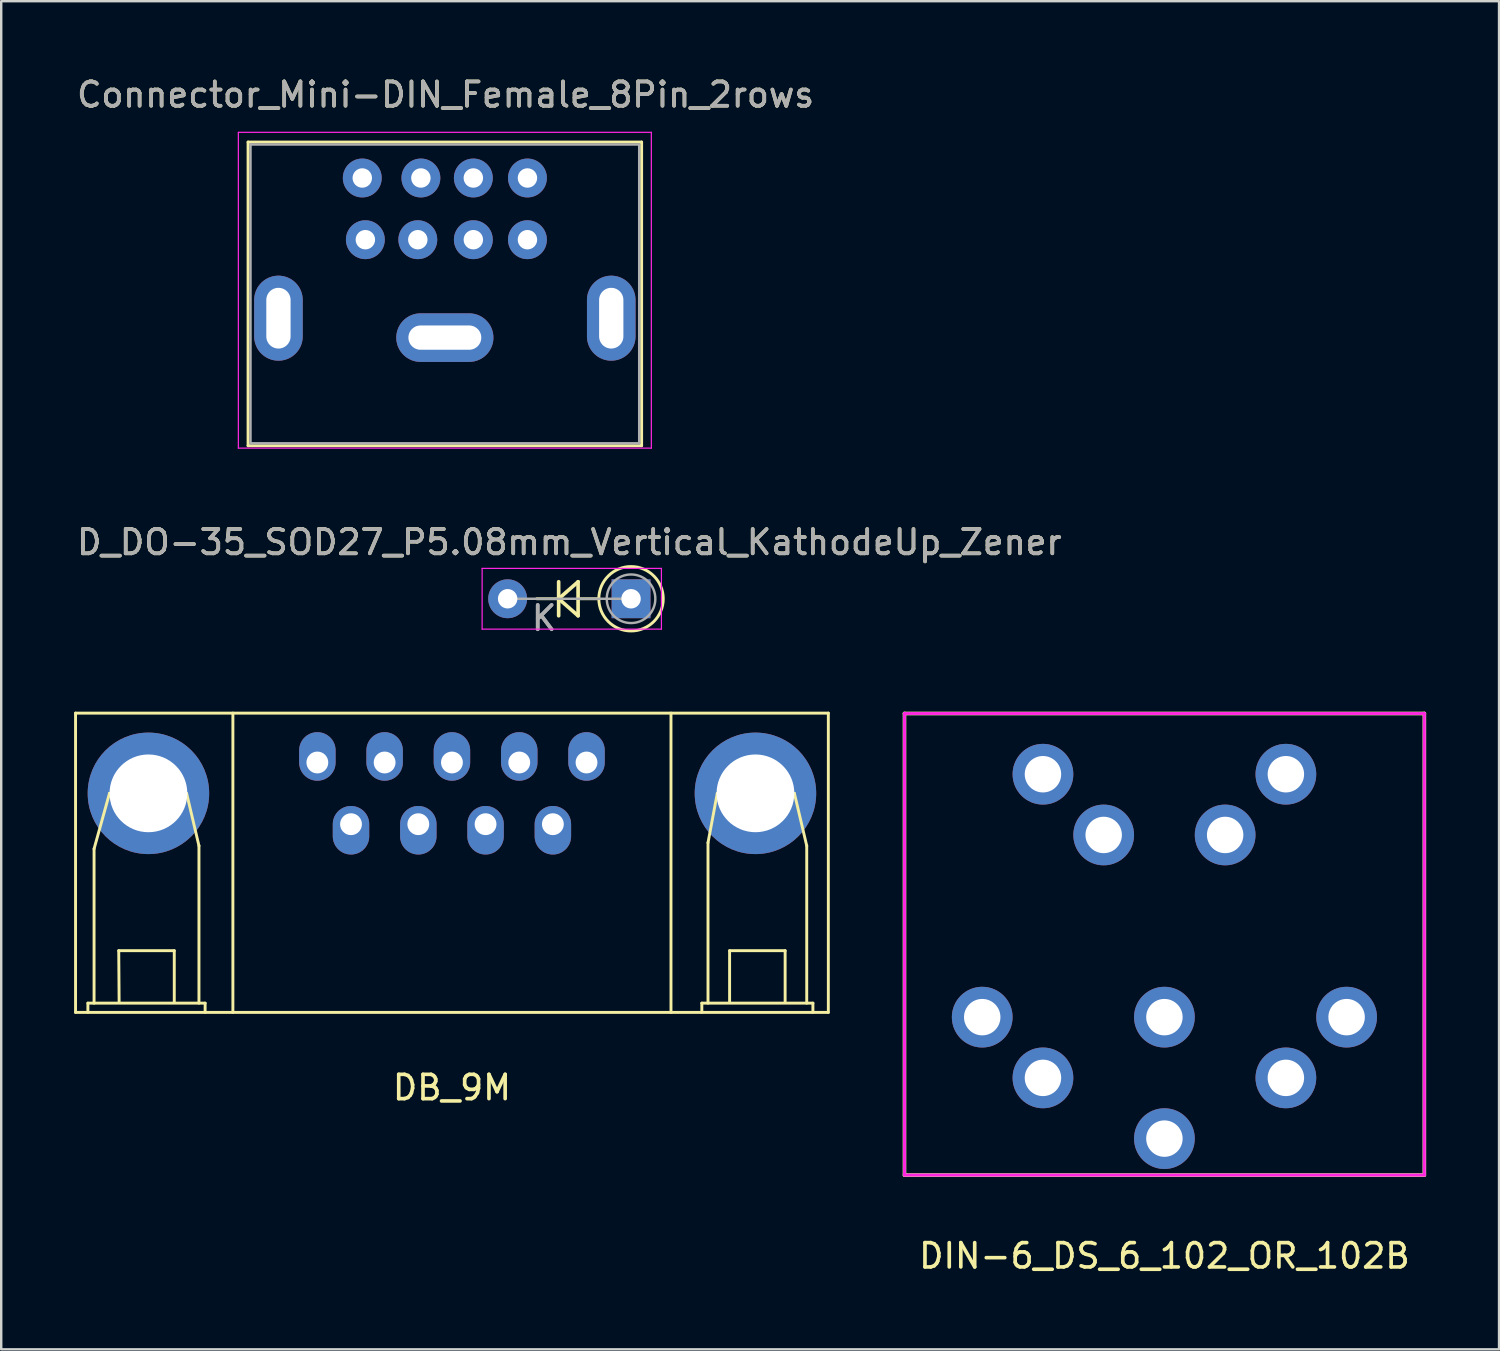
<source format=kicad_pcb>
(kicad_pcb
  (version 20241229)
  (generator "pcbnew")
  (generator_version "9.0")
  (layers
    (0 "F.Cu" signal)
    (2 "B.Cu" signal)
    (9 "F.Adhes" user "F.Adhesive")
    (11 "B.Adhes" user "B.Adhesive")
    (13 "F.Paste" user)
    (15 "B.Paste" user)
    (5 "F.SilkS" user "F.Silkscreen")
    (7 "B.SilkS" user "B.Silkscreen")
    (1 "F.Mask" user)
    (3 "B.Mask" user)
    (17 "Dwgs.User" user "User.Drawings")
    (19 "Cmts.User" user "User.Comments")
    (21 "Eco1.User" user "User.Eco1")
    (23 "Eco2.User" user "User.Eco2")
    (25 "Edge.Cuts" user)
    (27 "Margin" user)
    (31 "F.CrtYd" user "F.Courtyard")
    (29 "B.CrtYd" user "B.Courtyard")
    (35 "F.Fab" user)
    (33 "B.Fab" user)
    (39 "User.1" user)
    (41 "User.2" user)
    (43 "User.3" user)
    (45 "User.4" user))
  (footprint "D_DO-35_SOD27_P5.08mm_Vertical_KathodeUp_Zener"
    (layer "F.Cu")
    (at 17.847 21.598)
    (property "Reference" "D_DO-35_SOD27_P5.08mm_Vertical_KathodeUp_Zener" (at 2.54 -2.326 0) (layer "F.SilkS") (effects (font (size 1 1) (thickness 0.15))))
    (attr through_hole)
    (fp_line (start 2.054 0) (end 1.2 0) (stroke (width 0.12) (type solid)) (layer "F.SilkS"))
    (fp_line (start 2.1 -0.7) (end 2.1 0.7) (stroke (width 0.15) (type solid)) (layer "F.SilkS"))
    (fp_line (start 2.1 0) (end 2.9 -0.7) (stroke (width 0.15) (type solid)) (layer "F.SilkS"))
    (fp_line (start 2.9 -0.7) (end 2.9 0.7) (stroke (width 0.15) (type solid)) (layer "F.SilkS"))
    (fp_line (start 2.9 0.7) (end 2.1 0) (stroke (width 0.15) (type solid)) (layer "F.SilkS"))
    (fp_line (start 3.754 0) (end 2.9 0) (stroke (width 0.12) (type solid)) (layer "F.SilkS"))
    (fp_circle (center 5.08 0) (end 6.406 0) (stroke (width 0.12) (type solid)) (fill no) (layer "F.SilkS"))
    (fp_line (start -1.05 -1.25) (end -1.05 1.25) (stroke (width 0.05) (type solid)) (layer "F.CrtYd"))
    (fp_line (start -1.05 1.25) (end 6.33 1.25) (stroke (width 0.05) (type solid)) (layer "F.CrtYd"))
    (fp_line (start 6.33 -1.25) (end -1.05 -1.25) (stroke (width 0.05) (type solid)) (layer "F.CrtYd"))
    (fp_line (start 6.33 1.25) (end 6.33 -1.25) (stroke (width 0.05) (type solid)) (layer "F.CrtYd"))
    (fp_line (start 0 0) (end 5.08 0) (stroke (width 0.1) (type solid)) (layer "F.Fab"))
    (fp_circle (center 5.08 0) (end 6.08 0) (stroke (width 0.1) (type solid)) (fill no) (layer "F.Fab"))
    (fp_text user "${REFERENCE}" (at 2.54 -2.326 0) (layer "F.Fab") (effects (font (size 1 1) (thickness 0.15))))
    (fp_text user "K" (at 1.5 0.8 0) (layer "F.Fab") (effects (font (size 1 1) (thickness 0.15))))
    (fp_text user "K" (at 1.5 0.8 0) (layer "F.Fab") (effects (font (size 1 1) (thickness 0.15))))
    (pad "1" thru_hole rect (at 5.08 0) (size 1.6 1.6) (drill 0.8) (layers "*.Cu" "*.Mask"))
    (pad "2" thru_hole circle (at 0 0) (size 1.6 1.6) (drill 0.8) (layers "*.Cu" "*.Mask")))
  (footprint "DB_9M"
    (layer "F.Cu")
    (at 15.554 36.72)
    (property "Reference" "DB_9M" (at 0 5 0) (layer "F.SilkS") (effects (font (size 1 1) (thickness 0.15))))
    (attr through_hole)
    (fp_line (start -15.494 -10.414) (end -15.494 1.905) (stroke (width 0.12) (type solid)) (layer "F.SilkS"))
    (fp_line (start -15.494 1.905) (end 15.494 1.905) (stroke (width 0.12) (type solid)) (layer "F.SilkS"))
    (fp_line (start -14.986 1.524) (end -14.986 1.9) (stroke (width 0.12) (type solid)) (layer "F.SilkS"))
    (fp_line (start -14.986 1.524) (end -10.16 1.524) (stroke (width 0.12) (type solid)) (layer "F.SilkS"))
    (fp_line (start -14.732 -4.826) (end -14.097 -7.112) (stroke (width 0.12) (type solid)) (layer "F.SilkS"))
    (fp_line (start -14.732 1.524) (end -14.732 -4.826) (stroke (width 0.12) (type solid)) (layer "F.SilkS"))
    (fp_line (start -14.097 -7.112) (end -10.922 -7.112) (stroke (width 0.12) (type solid)) (layer "F.SilkS"))
    (fp_line (start -13.716 -0.635) (end -11.43 -0.635) (stroke (width 0.12) (type solid)) (layer "F.SilkS"))
    (fp_line (start -13.7 1.5) (end -13.716 -0.635) (stroke (width 0.12) (type solid)) (layer "F.SilkS"))
    (fp_line (start -11.43 -0.635) (end -11.43 1.5) (stroke (width 0.12) (type solid)) (layer "F.SilkS"))
    (fp_line (start -10.922 -7.112) (end -10.414 -4.953) (stroke (width 0.12) (type solid)) (layer "F.SilkS"))
    (fp_line (start -10.414 -4.953) (end -10.414 1.524) (stroke (width 0.12) (type solid)) (layer "F.SilkS"))
    (fp_line (start -10.16 1.9) (end -10.16 1.524) (stroke (width 0.12) (type solid)) (layer "F.SilkS"))
    (fp_line (start -9.017 1.905) (end -9.017 -10.414) (stroke (width 0.12) (type solid)) (layer "F.SilkS"))
    (fp_line (start 9.017 1.905) (end 9.017 -10.414) (stroke (width 0.12) (type solid)) (layer "F.SilkS"))
    (fp_line (start 10.287 1.524) (end 10.287 1.9) (stroke (width 0.12) (type solid)) (layer "F.SilkS"))
    (fp_line (start 10.541 -5.08) (end 10.922 -7.112) (stroke (width 0.12) (type solid)) (layer "F.SilkS"))
    (fp_line (start 10.541 1.524) (end 10.541 -5.08) (stroke (width 0.12) (type solid)) (layer "F.SilkS"))
    (fp_line (start 10.922 -7.112) (end 14.097 -7.112) (stroke (width 0.12) (type solid)) (layer "F.SilkS"))
    (fp_line (start 11.43 -0.635) (end 13.716 -0.635) (stroke (width 0.12) (type solid)) (layer "F.SilkS"))
    (fp_line (start 11.43 1.5) (end 11.43 -0.635) (stroke (width 0.12) (type solid)) (layer "F.SilkS"))
    (fp_line (start 13.716 -0.635) (end 13.716 1.5) (stroke (width 0.12) (type solid)) (layer "F.SilkS"))
    (fp_line (start 14.097 -7.112) (end 14.605 -4.953) (stroke (width 0.12) (type solid)) (layer "F.SilkS"))
    (fp_line (start 14.605 -4.953) (end 14.605 1.524) (stroke (width 0.12) (type solid)) (layer "F.SilkS"))
    (fp_line (start 14.859 1.524) (end 10.287 1.524) (stroke (width 0.12) (type solid)) (layer "F.SilkS"))
    (fp_line (start 14.859 1.9) (end 14.859 1.524) (stroke (width 0.12) (type solid)) (layer "F.SilkS"))
    (fp_line (start 15.494 -10.414) (end -15.494 -10.414) (stroke (width 0.12) (type solid)) (layer "F.SilkS"))
    (fp_line (start 15.494 1.905) (end 15.494 -10.414) (stroke (width 0.12) (type solid)) (layer "F.SilkS"))
    (pad "0" thru_hole circle (at -12.494 -7.112) (size 5.001 5.001) (drill 3.2) (layers "*.Cu" "*.Mask"))
    (pad "0" thru_hole circle (at 12.494 -7.112) (size 5.001 5.001) (drill 3.2) (layers "*.Cu" "*.Mask"))
    (pad "1" thru_hole oval (at -5.54 -8.382) (size 1.501 1.999) (drill 0.899 (offset 0 -0.249)) (layers "*.Cu" "*.Mask"))
    (pad "2" thru_hole oval (at -2.771 -8.382) (size 1.501 1.999) (drill 0.899 (offset 0 -0.249)) (layers "*.Cu" "*.Mask"))
    (pad "3" thru_hole oval (at 0 -8.382) (size 1.501 1.999) (drill 0.899 (offset 0 -0.249)) (layers "*.Cu" "*.Mask"))
    (pad "4" thru_hole oval (at 2.771 -8.382) (size 1.501 1.999) (drill 0.899 (offset 0 -0.249)) (layers "*.Cu" "*.Mask"))
    (pad "5" thru_hole oval (at 5.54 -8.382) (size 1.501 1.999) (drill 0.899 (offset 0 -0.249)) (layers "*.Cu" "*.Mask"))
    (pad "6" thru_hole oval (at -4.155 -5.842) (size 1.501 1.999) (drill 0.899 (offset 0 0.249)) (layers "*.Cu" "*.Mask"))
    (pad "7" thru_hole oval (at -1.384 -5.842) (size 1.501 1.999) (drill 0.899 (offset 0 0.249)) (layers "*.Cu" "*.Mask"))
    (pad "8" thru_hole oval (at 1.384 -5.842) (size 1.501 1.999) (drill 0.899 (offset 0 0.249)) (layers "*.Cu" "*.Mask"))
    (pad "9" thru_hole oval (at 4.155 -5.842) (size 1.501 1.999) (drill 0.899 (offset 0 0.249)) (layers "*.Cu" "*.Mask")))
  (footprint "DIN-6_DS_6_102_OR_102B"
    (layer "F.Cu")
    (at 44.883 35.821)
    (property "Reference" "DIN-6_DS_6_102_OR_102B" (at 0 12.827 0) (layer "F.SilkS") (effects (font (size 1 1) (thickness 0.15))))
    (attr through_hole)
    (fp_line (start -10.7 -9.5) (end 10.7 -9.5) (stroke (width 0.15) (type solid)) (layer "F.SilkS"))
    (fp_line (start -10.7 9.5) (end -10.7 -9.5) (stroke (width 0.15) (type solid)) (layer "F.SilkS"))
    (fp_line (start 10.7 -9.5) (end 10.7 9.5) (stroke (width 0.15) (type solid)) (layer "F.SilkS"))
    (fp_line (start 10.7 9.5) (end -10.7 9.5) (stroke (width 0.15) (type solid)) (layer "F.SilkS"))
    (fp_line (start -10.7 -9.5) (end 10.7 -9.5) (stroke (width 0.12) (type solid)) (layer "F.CrtYd"))
    (fp_line (start -10.7 9.5) (end -10.7 -9.5) (stroke (width 0.12) (type solid)) (layer "F.CrtYd"))
    (fp_line (start 10.7 -9.5) (end 10.7 9.5) (stroke (width 0.12) (type solid)) (layer "F.CrtYd"))
    (fp_line (start 10.7 9.5) (end -10.7 9.5) (stroke (width 0.12) (type solid)) (layer "F.CrtYd"))
    (pad "0" thru_hole circle (at -5 -7) (size 2.5 2.5) (drill 1.5) (layers "*.Cu" "*.Mask"))
    (pad "0" thru_hole circle (at -2.5 -4.5) (size 2.5 2.5) (drill 1.5) (layers "*.Cu" "*.Mask"))
    (pad "0" thru_hole circle (at 2.5 -4.5) (size 2.5 2.5) (drill 1.5) (layers "*.Cu" "*.Mask"))
    (pad "0" thru_hole circle (at 5 -7) (size 2.5 2.5) (drill 1.5) (layers "*.Cu" "*.Mask"))
    (pad "1" thru_hole circle (at -7.5 3) (size 2.5 2.5) (drill 1.5) (layers "*.Cu" "*.Mask"))
    (pad "2" thru_hole circle (at -5 5.5) (size 2.5 2.5) (drill 1.5) (layers "*.Cu" "*.Mask"))
    (pad "3" thru_hole circle (at 0 3) (size 2.5 2.5) (drill 1.5) (layers "*.Cu" "*.Mask"))
    (pad "4" thru_hole circle (at 5 5.5) (size 2.5 2.5) (drill 1.5) (layers "*.Cu" "*.Mask"))
    (pad "5" thru_hole circle (at 7.5 3) (size 2.5 2.5) (drill 1.5) (layers "*.Cu" "*.Mask"))
    (pad "6" thru_hole circle (at 0 8) (size 2.5 2.5) (drill 1.5) (layers "*.Cu" "*.Mask")))
  (footprint "Connector_Mini-DIN_Female_8Pin_2rows"
    (layer "F.Cu")
    (at 16.562 7.198)
    (property "Reference" "Connector_Mini-DIN_Female_8Pin_2rows" (at -1.27 -6.35 0) (layer "F.SilkS") (effects (font (size 1 1) (thickness 0.15))))
    (attr through_hole)
    (fp_line (start -9.4 -4.4) (end -9.4 8.1) (stroke (width 0.12) (type solid)) (layer "F.SilkS"))
    (fp_line (start -9.4 -4.4) (end 6.8 -4.4) (stroke (width 0.12) (type solid)) (layer "F.SilkS"))
    (fp_line (start -9.4 8.1) (end 6.8 8.1) (stroke (width 0.12) (type solid)) (layer "F.SilkS"))
    (fp_line (start 6.8 -4.4) (end 6.8 8.1) (stroke (width 0.12) (type solid)) (layer "F.SilkS"))
    (fp_line (start -9.8 -4.8) (end -9.8 8.2) (stroke (width 0.05) (type solid)) (layer "F.CrtYd"))
    (fp_line (start -9.8 -4.8) (end 7.2 -4.8) (stroke (width 0.05) (type solid)) (layer "F.CrtYd"))
    (fp_line (start 7.2 8.2) (end -9.8 8.2) (stroke (width 0.05) (type solid)) (layer "F.CrtYd"))
    (fp_line (start 7.2 8.2) (end 7.2 -4.8) (stroke (width 0.05) (type solid)) (layer "F.CrtYd"))
    (fp_line (start -9.3 -4.3) (end 6.7 -4.3) (stroke (width 0.1) (type solid)) (layer "F.Fab"))
    (fp_line (start -9.3 8) (end -9.3 -4.3) (stroke (width 0.1) (type solid)) (layer "F.Fab"))
    (fp_line (start 6.7 -4.3) (end 6.7 8) (stroke (width 0.1) (type solid)) (layer "F.Fab"))
    (fp_line (start 6.7 8) (end -9.3 8) (stroke (width 0.1) (type solid)) (layer "F.Fab"))
    (fp_text user "${REFERENCE}" (at -1.27 -6.35 0) (layer "F.Fab") (effects (font (size 1 1) (thickness 0.15))))
    (pad "0" thru_hole oval (at -8.15 2.85) (size 2 3.5) (drill oval 1 2.5) (layers "*.Cu" "*.Mask"))
    (pad "0" thru_hole oval (at -1.3 3.65) (size 4 2) (drill oval 3 1) (layers "*.Cu" "*.Mask"))
    (pad "0" thru_hole oval (at 5.55 2.85) (size 2 3.5) (drill oval 1 2.5) (layers "*.Cu" "*.Mask"))
    (pad "1" thru_hole circle (at -0.127 -0.381) (size 1.6 1.6) (drill 0.8) (layers "*.Cu" "*.Mask"))
    (pad "2" thru_hole circle (at -2.413 -0.381) (size 1.6 1.6) (drill 0.8) (layers "*.Cu" "*.Mask"))
    (pad "3" thru_hole circle (at 2.1 -0.381) (size 1.6 1.6) (drill 0.8) (layers "*.Cu" "*.Mask"))
    (pad "4" thru_hole circle (at -0.127 -2.921) (size 1.6 1.6) (drill 0.8) (layers "*.Cu" "*.Mask"))
    (pad "5" thru_hole circle (at -4.572 -0.381) (size 1.6 1.6) (drill 0.8) (layers "*.Cu" "*.Mask"))
    (pad "6" thru_hole circle (at 2.1 -2.921) (size 1.6 1.6) (drill 0.8) (layers "*.Cu" "*.Mask"))
    (pad "7" thru_hole circle (at -2.286 -2.921) (size 1.6 1.6) (drill 0.8) (layers "*.Cu" "*.Mask"))
    (pad "8" thru_hole circle (at -4.699 -2.921) (size 1.6 1.6) (drill 0.8) (layers "*.Cu" "*.Mask")))
  (gr_rect
    (start -3 -3)
    (end 58.658 52.496)
    (stroke (width 0.1) (type default))
    (fill no)
    (layer "Edge.Cuts")))
</source>
